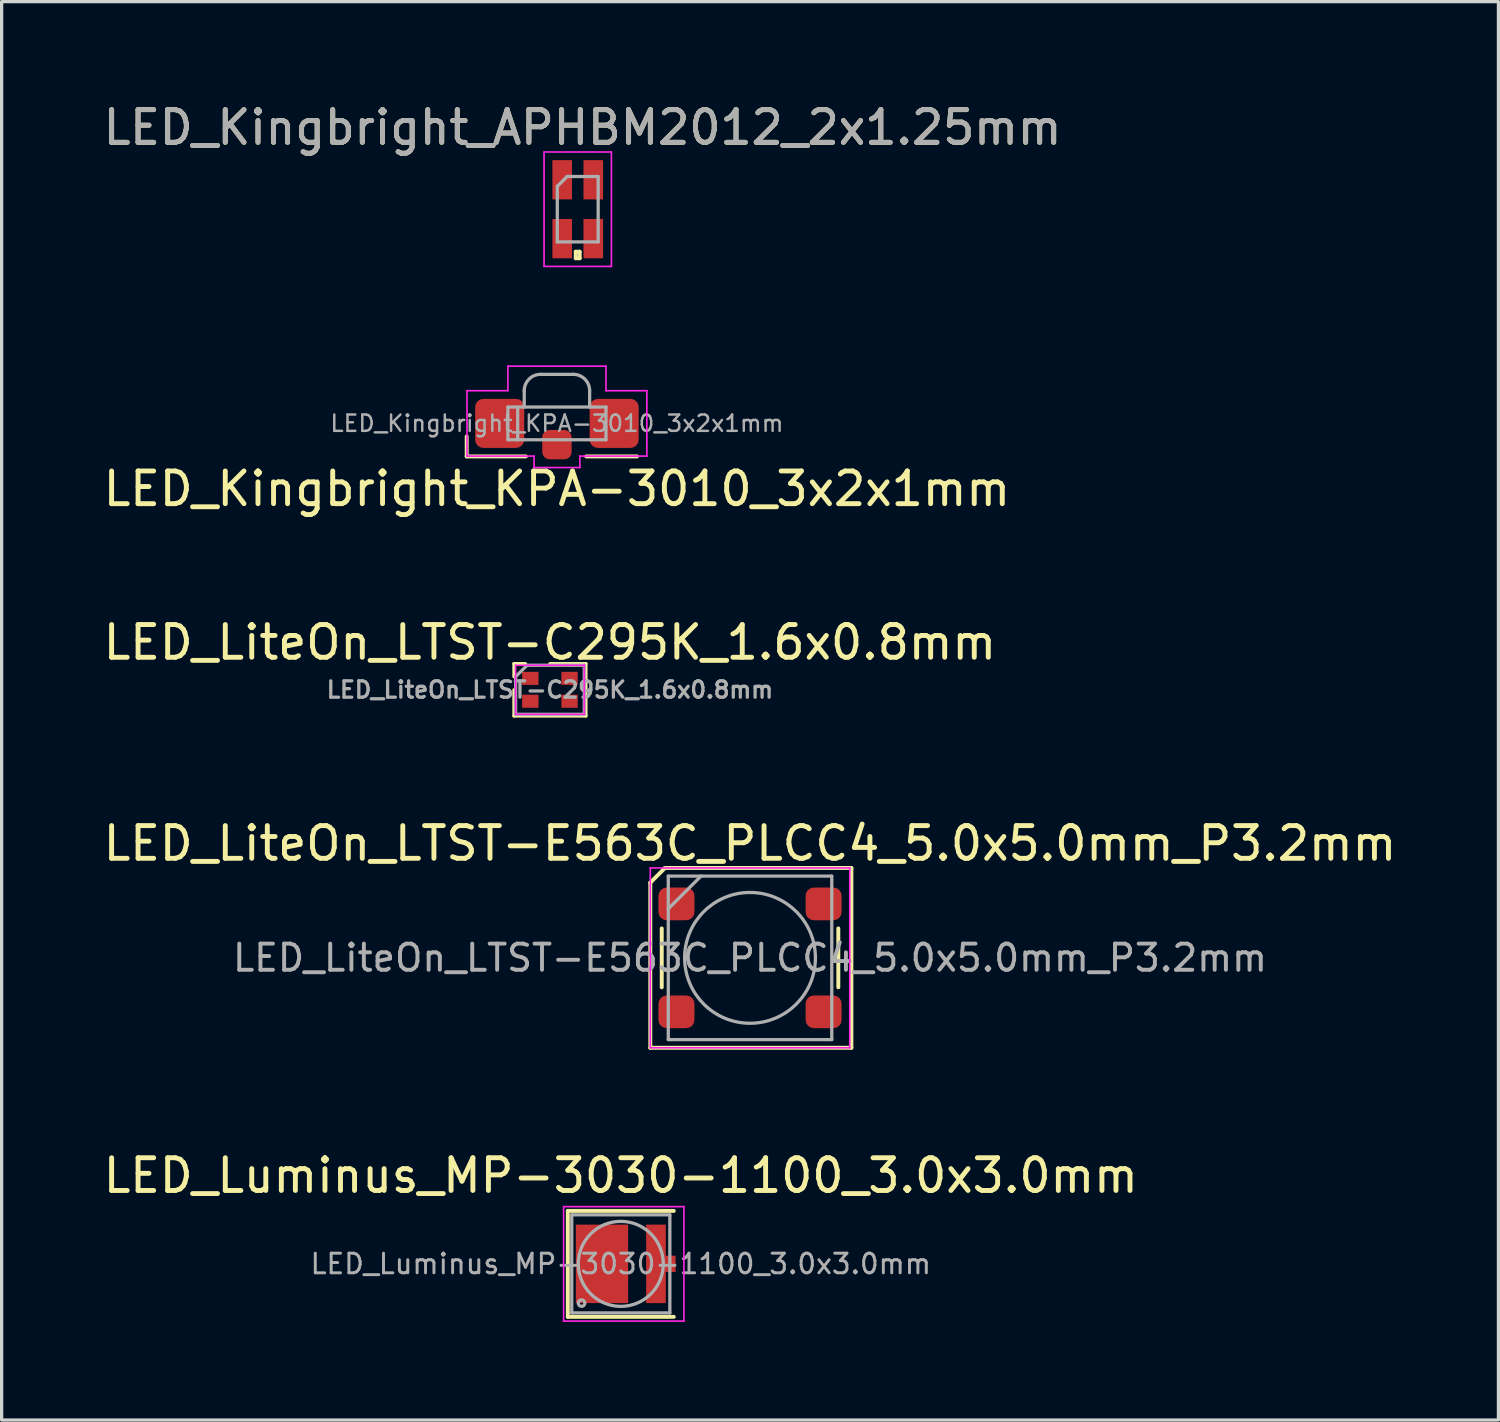
<source format=kicad_pcb>
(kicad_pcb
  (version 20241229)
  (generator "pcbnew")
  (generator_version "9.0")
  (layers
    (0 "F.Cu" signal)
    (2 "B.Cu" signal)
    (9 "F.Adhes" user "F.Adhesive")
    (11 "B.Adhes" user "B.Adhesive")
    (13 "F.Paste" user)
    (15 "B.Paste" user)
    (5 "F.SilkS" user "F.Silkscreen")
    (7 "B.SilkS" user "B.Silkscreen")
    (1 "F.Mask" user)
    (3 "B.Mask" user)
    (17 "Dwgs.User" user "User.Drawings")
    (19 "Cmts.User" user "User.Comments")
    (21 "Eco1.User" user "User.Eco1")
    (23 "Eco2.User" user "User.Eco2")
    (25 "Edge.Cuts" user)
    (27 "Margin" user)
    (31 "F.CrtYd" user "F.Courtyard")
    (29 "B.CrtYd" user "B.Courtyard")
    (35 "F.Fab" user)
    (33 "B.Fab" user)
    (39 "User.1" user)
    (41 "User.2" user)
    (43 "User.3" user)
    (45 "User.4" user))
  (footprint "LED_Kingbright_APHBM2012_2x1.25mm"
    (layer "F.Cu")
    (at 14.618 3.348)
    (property "Reference" "LED_Kingbright_APHBM2012_2x1.25mm" (at 0.15 -2.5 180) (layer "F.SilkS") (effects (font (size 1 1) (thickness 0.15))))
    (attr smd)
    (fp_line (start -0.06 1.3) (end -0.06 1.5) (stroke (width 0.12) (type solid)) (layer "F.SilkS"))
    (fp_line (start -0.06 1.5) (end 0.06 1.5) (stroke (width 0.12) (type solid)) (layer "F.SilkS"))
    (fp_line (start 0.06 1.3) (end -0.06 1.3) (stroke (width 0.12) (type solid)) (layer "F.SilkS"))
    (fp_line (start 0.06 1.5) (end 0.06 1.3) (stroke (width 0.12) (type solid)) (layer "F.SilkS"))
    (fp_line (start -1.03 -1.75) (end 1.03 -1.75) (stroke (width 0.05) (type solid)) (layer "F.CrtYd"))
    (fp_line (start -1.03 1.75) (end -1.03 -1.75) (stroke (width 0.05) (type solid)) (layer "F.CrtYd"))
    (fp_line (start 1.03 -1.75) (end 1.03 1.75) (stroke (width 0.05) (type solid)) (layer "F.CrtYd"))
    (fp_line (start 1.03 1.75) (end -1.03 1.75) (stroke (width 0.05) (type solid)) (layer "F.CrtYd"))
    (fp_line (start -0.625 -0.7) (end -0.625 1) (stroke (width 0.1) (type solid)) (layer "F.Fab"))
    (fp_line (start -0.625 -0.7) (end -0.325 -1) (stroke (width 0.1) (type solid)) (layer "F.Fab"))
    (fp_line (start -0.625 1) (end 0.625 1) (stroke (width 0.1) (type solid)) (layer "F.Fab"))
    (fp_line (start 0.625 -1) (end -0.325 -1) (stroke (width 0.1) (type solid)) (layer "F.Fab"))
    (fp_line (start 0.625 1) (end 0.625 -1) (stroke (width 0.1) (type solid)) (layer "F.Fab"))
    (fp_text user "${REFERENCE}" (at 0.15 -2.5 180) (layer "F.Fab") (effects (font (size 1 1) (thickness 0.15))))
    (pad "1" smd rect (at -0.475 -0.9 90) (size 1.2 0.6) (layers "F.Cu" "F.Mask" "F.Paste"))
    (pad "2" smd rect (at -0.475 0.9 90) (size 1.2 0.6) (layers "F.Cu" "F.Mask" "F.Paste"))
    (pad "3" smd rect (at 0.475 0.9 90) (size 1.2 0.6) (layers "F.Cu" "F.Mask" "F.Paste"))
    (pad "4" smd rect (at 0.475 -0.9 90) (size 1.2 0.6) (layers "F.Cu" "F.Mask" "F.Paste")))
  (footprint "LED_Luminus_MP-3030-1100_3.0x3.0mm"
    (layer "F.Cu")
    (at 15.935 35.601)
    (property "Reference" "LED_Luminus_MP-3030-1100_3.0x3.0mm" (at 0 -2.7 0) (layer "F.SilkS") (effects (font (size 1 1) (thickness 0.15))))
    (attr smd)
    (fp_line (start -1.62 -1.62) (end -1.62 1.62) (stroke (width 0.12) (type solid)) (layer "F.SilkS"))
    (fp_line (start -1.62 -1.62) (end 1.62 -1.62) (stroke (width 0.12) (type solid)) (layer "F.SilkS"))
    (fp_line (start -1.62 1.62) (end 1.62 1.62) (stroke (width 0.12) (type solid)) (layer "F.SilkS"))
    (fp_line (start -1.75 -1.75) (end 1.93 -1.75) (stroke (width 0.05) (type solid)) (layer "F.CrtYd"))
    (fp_line (start -1.75 1.75) (end -1.75 -1.75) (stroke (width 0.05) (type solid)) (layer "F.CrtYd"))
    (fp_line (start 1.93 -1.75) (end 1.93 1.75) (stroke (width 0.05) (type solid)) (layer "F.CrtYd"))
    (fp_line (start 1.93 1.75) (end -1.75 1.75) (stroke (width 0.05) (type solid)) (layer "F.CrtYd"))
    (fp_line (start -1.5 -1.5) (end 1.5 -1.5) (stroke (width 0.1) (type solid)) (layer "F.Fab"))
    (fp_line (start -1.5 1.5) (end -1.5 -1.5) (stroke (width 0.1) (type solid)) (layer "F.Fab"))
    (fp_line (start 1.5 -1.5) (end 1.5 1.5) (stroke (width 0.1) (type solid)) (layer "F.Fab"))
    (fp_line (start 1.5 1.5) (end -1.5 1.5) (stroke (width 0.1) (type solid)) (layer "F.Fab"))
    (fp_circle (center -1.2 1.2) (end -1.1 1.2) (stroke (width 0.1) (type solid)) (fill no) (layer "F.Fab"))
    (fp_circle (center 0 0) (end 1.3 0) (stroke (width 0.1) (type solid)) (fill no) (layer "F.Fab"))
    (fp_text user "${REFERENCE}" (at 0 0 0) (layer "F.Fab") (effects (font (size 0.6 0.6) (thickness 0.09))))
    (pad "" smd rect (at -0.575 0) (size 1.3 1.9) (layers "F.Paste"))
    (pad "" smd rect (at 1.075 0) (size 0.4 1.9) (layers "F.Paste"))
    (pad "1" smd rect (at -0.575 0) (size 1.6 2.4) (layers "F.Cu" "F.Mask"))
    (pad "2" smd rect (at 1.075 0) (size 0.6 2.4) (layers "F.Cu" "F.Mask"))
    (pad "2" smd rect (at 1.375 0) (size 0.6 0.5) (layers "F.Cu" "F.Mask")))
  (footprint "LED_LiteOn_LTST-C295K_1.6x0.8mm"
    (layer "F.Cu")
    (at 13.768 18.045)
    (property "Reference" "LED_LiteOn_LTST-C295K_1.6x0.8mm" (at 0 -1.45 0) (unlocked yes) (layer "F.SilkS") (effects (font (size 1 1) (thickness 0.15))))
    (attr smd)
    (fp_line (start -1.1 -0.8) (end -0.75 -0.8) (stroke (width 0.1) (type solid)) (layer "F.SilkS"))
    (fp_line (start -1.1 -0.4) (end -1.1 -0.8) (stroke (width 0.1) (type solid)) (layer "F.SilkS"))
    (fp_line (start -1.1 0.8) (end -1.1 0) (stroke (width 0.1) (type solid)) (layer "F.SilkS"))
    (fp_line (start 1.1 -0.8) (end 0 -0.8) (stroke (width 0.1) (type solid)) (layer "F.SilkS"))
    (fp_line (start 1.1 -0.8) (end 1.1 0.8) (stroke (width 0.1) (type solid)) (layer "F.SilkS"))
    (fp_line (start 1.1 0.8) (end -1.1 0.8) (stroke (width 0.1) (type solid)) (layer "F.SilkS"))
    (fp_line (start -1.05 -0.75) (end 1.05 -0.75) (stroke (width 0.05) (type solid)) (layer "F.CrtYd"))
    (fp_line (start -1.05 0.75) (end -1.05 -0.75) (stroke (width 0.05) (type solid)) (layer "F.CrtYd"))
    (fp_line (start 1.05 -0.75) (end 1.05 0.75) (stroke (width 0.05) (type solid)) (layer "F.CrtYd"))
    (fp_line (start 1.05 0.75) (end -1.05 0.75) (stroke (width 0.05) (type solid)) (layer "F.CrtYd"))
    (fp_line (start -1.05 -0.4) (end -0.7 -0.75) (stroke (width 0.1) (type solid)) (layer "F.Fab"))
    (fp_line (start -1.05 0.75) (end -1.05 -0.4) (stroke (width 0.1) (type solid)) (layer "F.Fab"))
    (fp_line (start -0.7 -0.75) (end 1.05 -0.75) (stroke (width 0.1) (type solid)) (layer "F.Fab"))
    (fp_line (start 1.05 -0.75) (end 1.05 0.75) (stroke (width 0.1) (type solid)) (layer "F.Fab"))
    (fp_line (start 1.05 0.75) (end -1.05 0.75) (stroke (width 0.1) (type solid)) (layer "F.Fab"))
    (fp_text user "${REFERENCE}" (at 0 0 0) (unlocked yes) (layer "F.Fab") (effects (font (size 0.5 0.5) (thickness 0.1))))
    (pad "1" smd rect (at -0.6 -0.35 90) (size 0.4 0.5) (layers "F.Cu" "F.Mask" "F.Paste"))
    (pad "2" smd rect (at -0.6 0.35 90) (size 0.4 0.5) (layers "F.Cu" "F.Mask" "F.Paste"))
    (pad "3" smd rect (at 0.6 -0.35 90) (size 0.4 0.5) (layers "F.Cu" "F.Mask" "F.Paste"))
    (pad "4" smd rect (at 0.6 0.35 90) (size 0.4 0.5) (layers "F.Cu" "F.Mask" "F.Paste")))
  (footprint "LED_Kingbright_KPA-3010_3x2x1mm"
    (layer "F.Cu")
    (at 13.982 9.398)
    (property "Reference" "LED_Kingbright_KPA-3010_3x2x1mm" (at 0 2.5 0) (layer "F.SilkS") (effects (font (size 1 1) (thickness 0.15))))
    (attr smd)
    (fp_line (start -2.76 0.9) (end -2.76 1.51) (stroke (width 0.12) (type solid)) (layer "F.SilkS"))
    (fp_line (start -2.76 1.51) (end -0.95 1.51) (stroke (width 0.12) (type solid)) (layer "F.SilkS"))
    (fp_line (start 0.895 1.51) (end 2.45 1.51) (stroke (width 0.12) (type solid)) (layer "F.SilkS"))
    (fp_line (start -2.75 1.5) (end -2.75 -0.5) (stroke (width 0.05) (type default)) (layer "F.CrtYd"))
    (fp_line (start -1.5 -1.25) (end -1.5 -0.5) (stroke (width 0.05) (type default)) (layer "F.CrtYd"))
    (fp_line (start -1.5 -1.25) (end 1.5 -1.25) (stroke (width 0.05) (type default)) (layer "F.CrtYd"))
    (fp_line (start -1.5 -0.5) (end -2.75 -0.5) (stroke (width 0.05) (type default)) (layer "F.CrtYd"))
    (fp_line (start -0.7 1.5) (end -2.75 1.5) (stroke (width 0.05) (type default)) (layer "F.CrtYd"))
    (fp_line (start -0.7 1.85) (end -0.7 1.5) (stroke (width 0.05) (type default)) (layer "F.CrtYd"))
    (fp_line (start 0.7 1.5) (end 0.7 1.85) (stroke (width 0.05) (type default)) (layer "F.CrtYd"))
    (fp_line (start 0.7 1.85) (end -0.7 1.85) (stroke (width 0.05) (type default)) (layer "F.CrtYd"))
    (fp_line (start 1.5 -1.25) (end 1.5 -0.5) (stroke (width 0.05) (type default)) (layer "F.CrtYd"))
    (fp_line (start 1.5 -0.5) (end 2.75 -0.5) (stroke (width 0.05) (type default)) (layer "F.CrtYd"))
    (fp_line (start 2.75 -0.5) (end 2.75 1.5) (stroke (width 0.05) (type default)) (layer "F.CrtYd"))
    (fp_line (start 2.75 1.5) (end 0.7 1.5) (stroke (width 0.05) (type default)) (layer "F.CrtYd"))
    (fp_line (start -1.5 0) (end 1.5 0) (stroke (width 0.1) (type solid)) (layer "F.Fab"))
    (fp_line (start -1.5 1) (end -1.5 0) (stroke (width 0.1) (type solid)) (layer "F.Fab"))
    (fp_line (start -1.2 0) (end -1.2 1) (stroke (width 0.1) (type solid)) (layer "F.Fab"))
    (fp_line (start -1 0) (end -1 -0.5) (stroke (width 0.1) (type solid)) (layer "F.Fab"))
    (fp_line (start -0.5 -1) (end 0.5 -1) (stroke (width 0.1) (type solid)) (layer "F.Fab"))
    (fp_line (start 1 -0.5) (end 1 0) (stroke (width 0.1) (type solid)) (layer "F.Fab"))
    (fp_line (start 1.5 0) (end 1.5 1) (stroke (width 0.1) (type solid)) (layer "F.Fab"))
    (fp_line (start 1.5 1) (end -1.5 1) (stroke (width 0.1) (type solid)) (layer "F.Fab"))
    (fp_arc (start -1 -0.5) (mid -0.853553 -0.853553) (end -0.5 -1) (stroke (width 0.1) (type solid)) (layer "F.Fab"))
    (fp_arc (start 0.5 -1) (mid 0.853553 -0.853553) (end 1 -0.5) (stroke (width 0.1) (type solid)) (layer "F.Fab"))
    (fp_text user "${REFERENCE}" (at 0 0.5 0) (layer "F.Fab") (effects (font (size 0.5 0.5) (thickness 0.075))))
    (pad "1" smd roundrect (at -1.75 0.5) (size 1.5 1.5) (layers "F.Cu" "F.Mask" "F.Paste") (roundrect_rratio 0.167))
    (pad "2" smd roundrect (at 1.75 0.5) (size 1.5 1.5) (layers "F.Cu" "F.Mask" "F.Paste") (roundrect_rratio 0.167))
    (pad "3" smd roundrect (at 0 1.15) (size 0.9 0.9) (layers "F.Cu" "F.Mask" "F.Paste") (roundrect_rratio 0.25)))
  (footprint "LED_LiteOn_LTST-E563C_PLCC4_5.0x5.0mm_P3.2mm"
    (layer "F.Cu")
    (at 19.887 26.243)
    (property "Reference" "LED_LiteOn_LTST-E563C_PLCC4_5.0x5.0mm_P3.2mm" (at 0 -3.5 0) (layer "F.SilkS") (effects (font (size 1 1) (thickness 0.15))))
    (attr smd)
    (fp_line (start -3.05 -2.3) (end -3.05 2.75) (stroke (width 0.12) (type default)) (layer "F.SilkS"))
    (fp_line (start -2.7 -0.9) (end -2.7 0.9) (stroke (width 0.12) (type default)) (layer "F.SilkS"))
    (fp_line (start -2.6 -2.75) (end -3.05 -2.3) (stroke (width 0.12) (type default)) (layer "F.SilkS"))
    (fp_line (start 2.7 -0.9) (end 2.7 0.9) (stroke (width 0.12) (type default)) (layer "F.SilkS"))
    (fp_line (start 3.1 -2.75) (end -2.6 -2.75) (stroke (width 0.12) (type solid)) (layer "F.SilkS"))
    (fp_line (start 3.1 2.75) (end -3.05 2.75) (stroke (width 0.12) (type solid)) (layer "F.SilkS"))
    (fp_line (start 3.1 2.75) (end 3.1 -2.75) (stroke (width 0.12) (type default)) (layer "F.SilkS"))
    (fp_line (start -3.05 -2.75) (end -3.05 2.75) (stroke (width 0.05) (type solid)) (layer "F.CrtYd"))
    (fp_line (start -3.05 2.75) (end 3.05 2.75) (stroke (width 0.05) (type solid)) (layer "F.CrtYd"))
    (fp_line (start 3.05 -2.75) (end -3.05 -2.75) (stroke (width 0.05) (type solid)) (layer "F.CrtYd"))
    (fp_line (start 3.05 2.75) (end 3.05 -2.75) (stroke (width 0.05) (type solid)) (layer "F.CrtYd"))
    (fp_line (start -2.5 -2.5) (end -2.5 2.5) (stroke (width 0.1) (type solid)) (layer "F.Fab"))
    (fp_line (start -2.5 -1.5) (end -1.5 -2.5) (stroke (width 0.1) (type solid)) (layer "F.Fab"))
    (fp_line (start -2.5 2.5) (end 2.5 2.5) (stroke (width 0.1) (type solid)) (layer "F.Fab"))
    (fp_line (start 2.5 -2.5) (end -2.5 -2.5) (stroke (width 0.1) (type solid)) (layer "F.Fab"))
    (fp_line (start 2.5 2.5) (end 2.5 -2.5) (stroke (width 0.1) (type solid)) (layer "F.Fab"))
    (fp_circle (center 0 0) (end 0 2) (stroke (width 0.1) (type solid)) (fill no) (layer "F.Fab"))
    (fp_text user "${REFERENCE}" (at 0 0 0) (layer "F.Fab") (effects (font (size 0.8 0.8) (thickness 0.12))))
    (pad "1" smd roundrect (at -2.25 -1.65) (size 1.1 1) (layers "F.Cu" "F.Mask" "F.Paste") (roundrect_rratio 0.25))
    (pad "2" smd roundrect (at -2.25 1.65) (size 1.1 1) (layers "F.Cu" "F.Mask" "F.Paste") (roundrect_rratio 0.25))
    (pad "3" smd roundrect (at 2.25 -1.65) (size 1.1 1) (layers "F.Cu" "F.Mask" "F.Paste") (roundrect_rratio 0.25))
    (pad "4" smd roundrect (at 2.25 1.65) (size 1.1 1) (layers "F.Cu" "F.Mask" "F.Paste") (roundrect_rratio 0.25)))
  (gr_rect
    (start -3 -3)
    (end 42.774 40.376)
    (stroke (width 0.1) (type default))
    (fill no)
    (layer "Edge.Cuts")))
</source>
